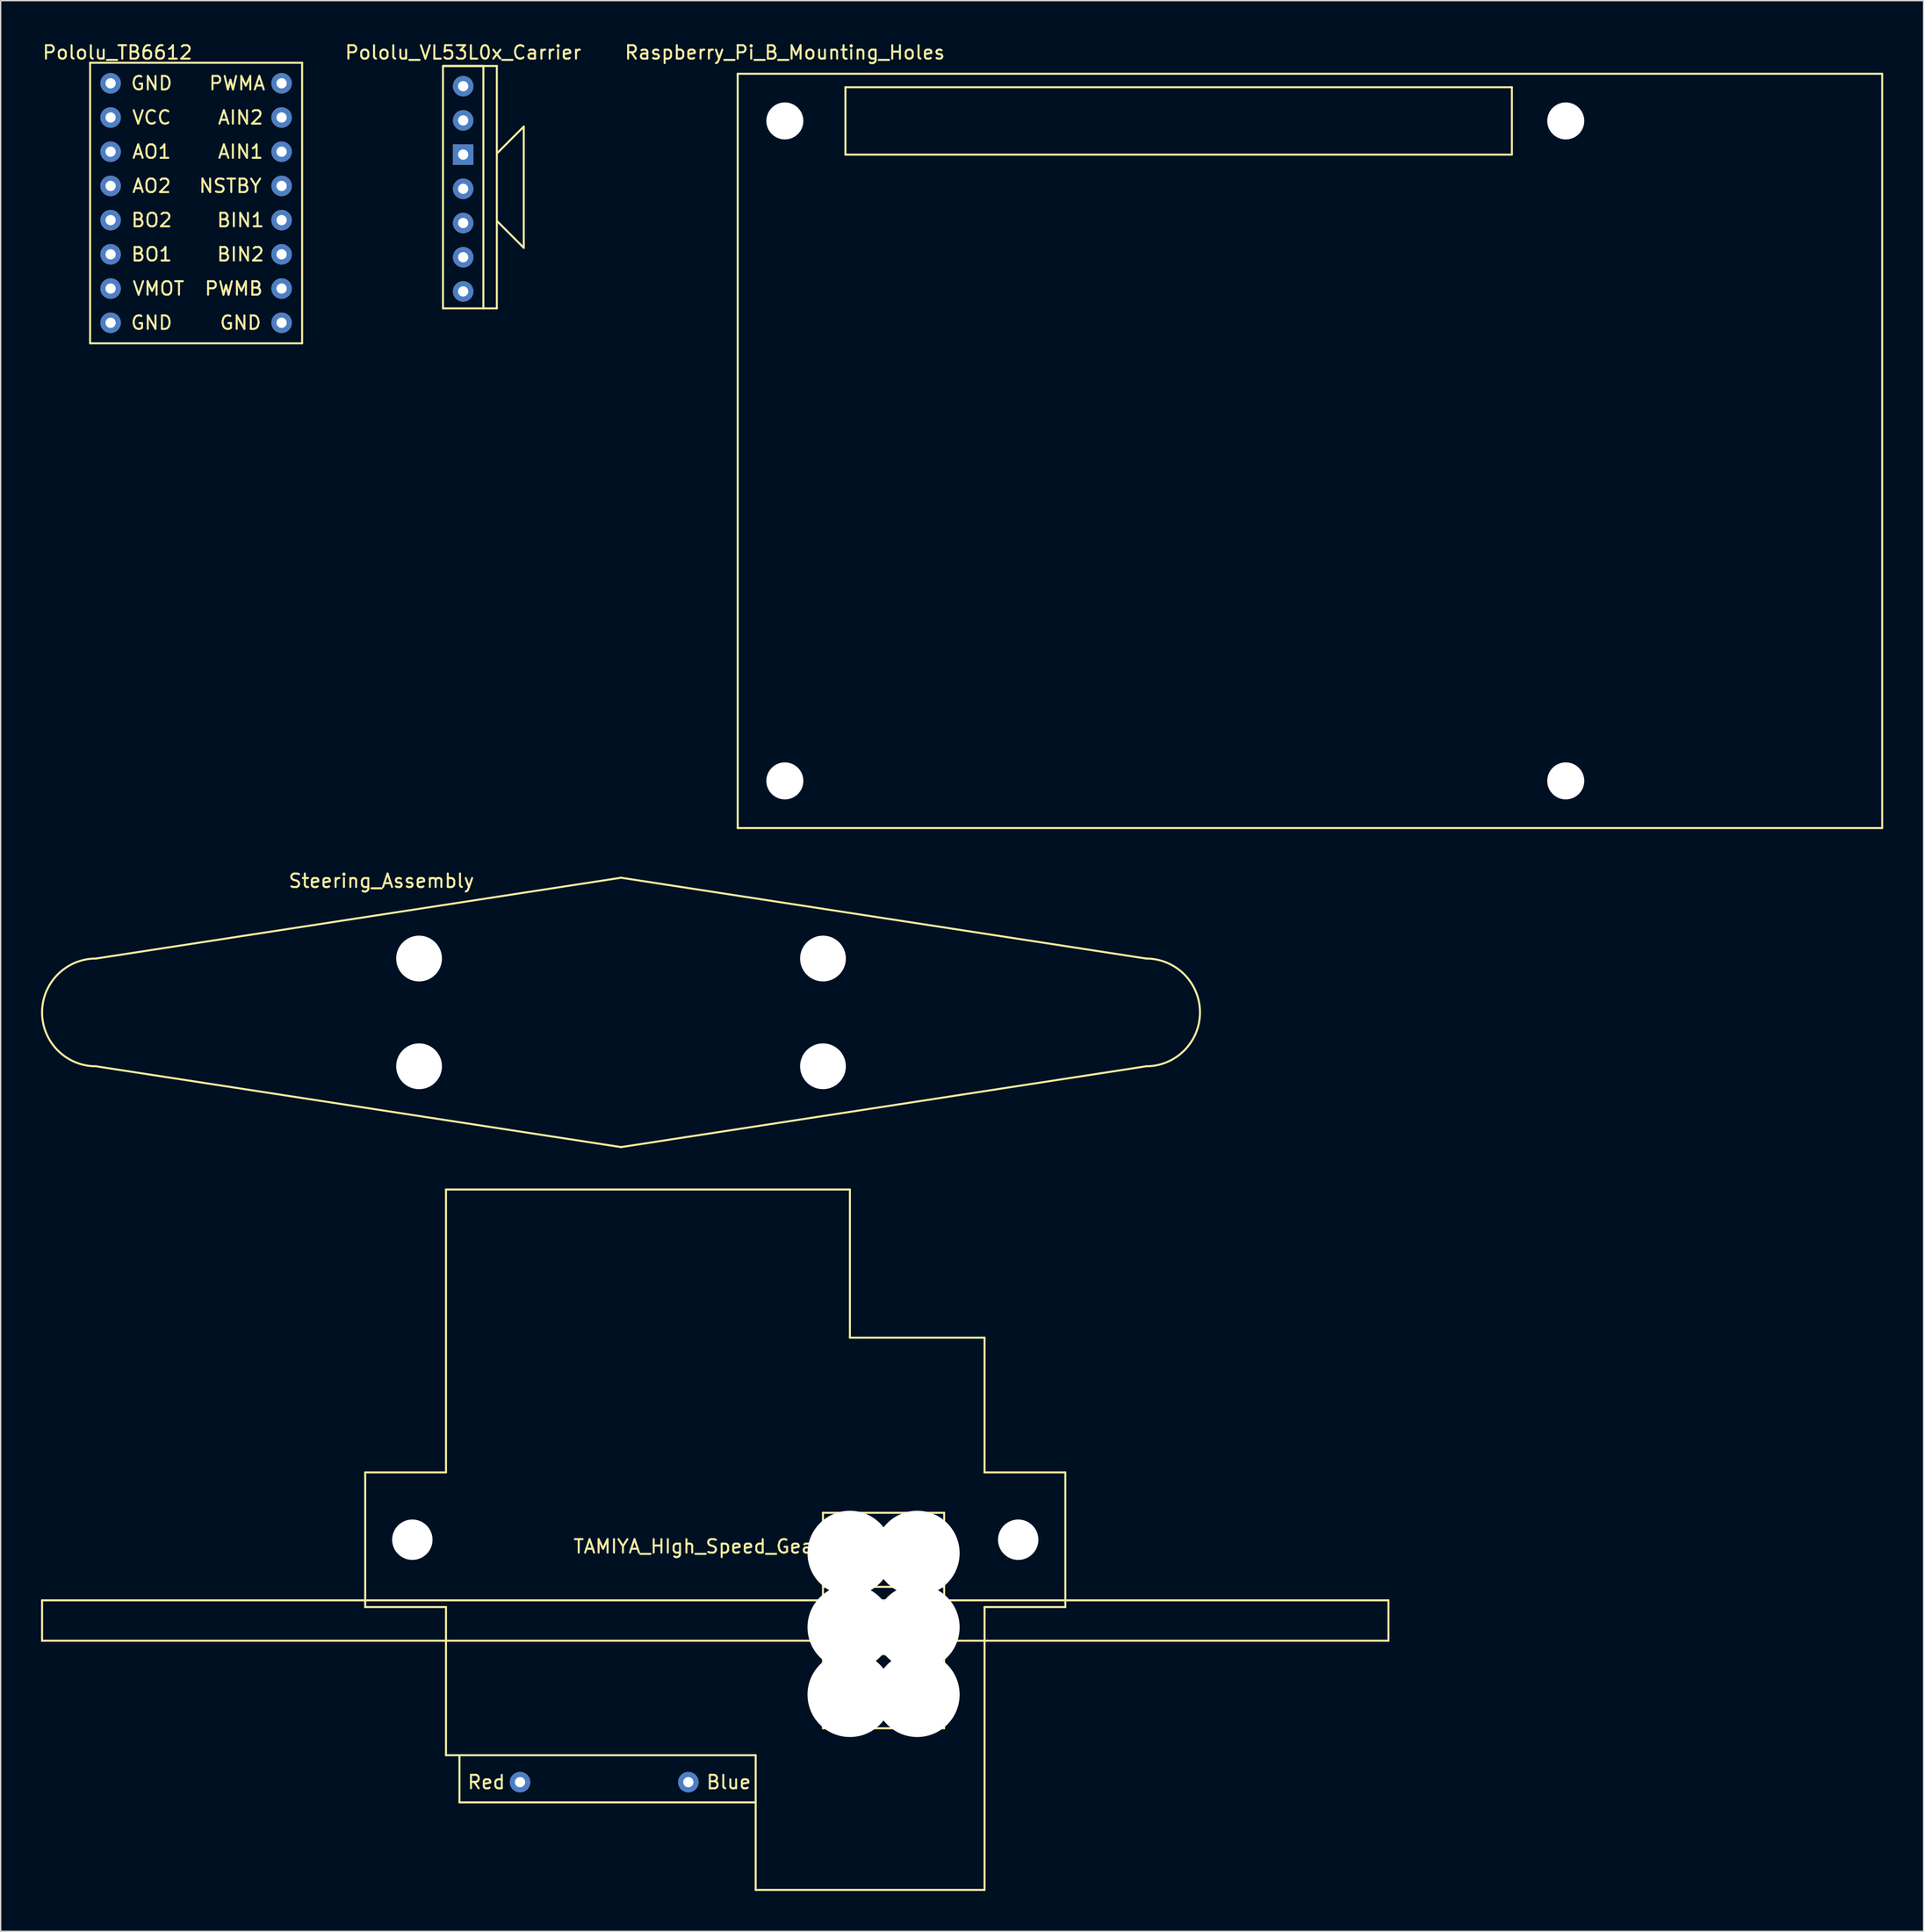
<source format=kicad_pcb>
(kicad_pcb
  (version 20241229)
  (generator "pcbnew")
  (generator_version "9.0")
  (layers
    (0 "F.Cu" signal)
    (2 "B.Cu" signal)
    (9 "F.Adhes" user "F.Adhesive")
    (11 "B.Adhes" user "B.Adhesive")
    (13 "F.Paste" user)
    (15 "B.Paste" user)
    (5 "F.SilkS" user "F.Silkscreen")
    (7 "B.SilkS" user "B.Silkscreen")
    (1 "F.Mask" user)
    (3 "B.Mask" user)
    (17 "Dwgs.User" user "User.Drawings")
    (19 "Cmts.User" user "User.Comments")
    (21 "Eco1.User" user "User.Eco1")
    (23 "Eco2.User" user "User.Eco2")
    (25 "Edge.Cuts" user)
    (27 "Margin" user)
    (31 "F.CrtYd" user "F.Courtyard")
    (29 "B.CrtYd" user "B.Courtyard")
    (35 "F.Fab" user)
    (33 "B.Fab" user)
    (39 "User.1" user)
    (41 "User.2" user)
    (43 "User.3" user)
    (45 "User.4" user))
  (footprint "Raspberry_Pi_B_Mounting_Holes"
    (layer "F.Cu")
    (at 55.243 5.928)
    (property "Reference" "Raspberry_Pi_B_Mounting_Holes" (at 0 -5.08 0) (layer "F.SilkS") (effects (font (size 1 1) (thickness 0.15))))
    (attr through_hole)
    (fp_line (start -3.5 -3.5) (end 81.5 -3.5) (stroke (width 0.15) (type solid)) (layer "F.SilkS"))
    (fp_line (start -3.5 52.5) (end -3.5 -3.5) (stroke (width 0.15) (type solid)) (layer "F.SilkS"))
    (fp_line (start 4.5 -2.5) (end 54 -2.5) (stroke (width 0.15) (type solid)) (layer "F.SilkS"))
    (fp_line (start 4.5 2.5) (end 4.5 -2.5) (stroke (width 0.15) (type solid)) (layer "F.SilkS"))
    (fp_line (start 54 -2.5) (end 54 2.5) (stroke (width 0.15) (type solid)) (layer "F.SilkS"))
    (fp_line (start 54 2.5) (end 4.5 2.5) (stroke (width 0.15) (type solid)) (layer "F.SilkS"))
    (fp_line (start 81.5 -3.5) (end 81.5 52.5) (stroke (width 0.15) (type solid)) (layer "F.SilkS"))
    (fp_line (start 81.5 52.5) (end -3.5 52.5) (stroke (width 0.15) (type solid)) (layer "F.SilkS"))
    (pad "" np_thru_hole circle (at 0 0) (size 2.75 2.75) (drill 2.75) (layers "*.Cu" "*.Mask"))
    (pad "" np_thru_hole circle (at 0 49) (size 2.75 2.75) (drill 2.75) (layers "*.Cu" "*.Mask"))
    (pad "" np_thru_hole circle (at 58 0) (size 2.75 2.75) (drill 2.75) (layers "*.Cu" "*.Mask"))
    (pad "" np_thru_hole circle (at 58 49) (size 2.75 2.75) (drill 2.75) (layers "*.Cu" "*.Mask")))
  (footprint "TAMIYA_HIgh_Speed_Gearbox"
    (layer "F.Cu")
    (at 49.575 117.267)
    (property "Reference" "TAMIYA_HIgh_Speed_Gearbox" (at 0.5 -5.5 0) (layer "F.SilkS") (effects (font (size 1 1) (thickness 0.15))))
    (attr through_hole)
    (fp_line (start -49.5 -1.5) (end -49.5 1.5) (stroke (width 0.15) (type solid)) (layer "F.SilkS"))
    (fp_line (start -49.5 1.5) (end 50.5 1.5) (stroke (width 0.15) (type solid)) (layer "F.SilkS"))
    (fp_line (start -25.5 -11) (end -19.5 -11) (stroke (width 0.15) (type solid)) (layer "F.SilkS"))
    (fp_line (start -25.5 -1) (end -25.5 -11) (stroke (width 0.15) (type solid)) (layer "F.SilkS"))
    (fp_line (start -19.5 -11) (end -19.5 -32) (stroke (width 0.15) (type solid)) (layer "F.SilkS"))
    (fp_line (start -19.5 -1) (end -25.5 -1) (stroke (width 0.15) (type solid)) (layer "F.SilkS"))
    (fp_line (start -19.5 10) (end -19.5 -1) (stroke (width 0.15) (type solid)) (layer "F.SilkS"))
    (fp_line (start -19.5 10) (end 3.5 10) (stroke (width 0.15) (type solid)) (layer "F.SilkS"))
    (fp_line (start -18.5 13.5) (end -18.5 10) (stroke (width 0.15) (type solid)) (layer "F.SilkS"))
    (fp_line (start -18.5 13.5) (end 3.5 13.5) (stroke (width 0.15) (type solid)) (layer "F.SilkS"))
    (fp_line (start 3.5 10) (end 3.5 20) (stroke (width 0.15) (type solid)) (layer "F.SilkS"))
    (fp_line (start 3.5 20) (end 20.5 20) (stroke (width 0.15) (type solid)) (layer "F.SilkS"))
    (fp_line (start 8.5 -8) (end 8.5 8) (stroke (width 0.15) (type solid)) (layer "F.SilkS"))
    (fp_line (start 8.5 8) (end 17.5 8) (stroke (width 0.15) (type solid)) (layer "F.SilkS"))
    (fp_line (start 10.5 -32) (end -19.5 -32) (stroke (width 0.15) (type solid)) (layer "F.SilkS"))
    (fp_line (start 10.5 -21) (end 10.5 -32) (stroke (width 0.15) (type solid)) (layer "F.SilkS"))
    (fp_line (start 17.5 -8) (end 8.5 -8) (stroke (width 0.15) (type solid)) (layer "F.SilkS"))
    (fp_line (start 17.5 -2.5) (end 8.5 -2.5) (stroke (width 0.15) (type solid)) (layer "F.SilkS"))
    (fp_line (start 17.5 2.5) (end 8.5 2.5) (stroke (width 0.15) (type solid)) (layer "F.SilkS"))
    (fp_line (start 17.5 8) (end 17.5 -8) (stroke (width 0.15) (type solid)) (layer "F.SilkS"))
    (fp_line (start 20.5 -21) (end 10.5 -21) (stroke (width 0.15) (type solid)) (layer "F.SilkS"))
    (fp_line (start 20.5 -11) (end 20.5 -21) (stroke (width 0.15) (type solid)) (layer "F.SilkS"))
    (fp_line (start 20.5 -11) (end 26.5 -11) (stroke (width 0.15) (type solid)) (layer "F.SilkS"))
    (fp_line (start 20.5 20) (end 20.5 -1) (stroke (width 0.15) (type solid)) (layer "F.SilkS"))
    (fp_line (start 26.5 -11) (end 26.5 -1) (stroke (width 0.15) (type solid)) (layer "F.SilkS"))
    (fp_line (start 26.5 -1) (end 20.5 -1) (stroke (width 0.15) (type solid)) (layer "F.SilkS"))
    (fp_line (start 50.5 -1.5) (end -49.5 -1.5) (stroke (width 0.15) (type solid)) (layer "F.SilkS"))
    (fp_line (start 50.5 1.5) (end 50.5 -1.5) (stroke (width 0.15) (type solid)) (layer "F.SilkS"))
    (fp_text user "Red" (at -16.5 12 0) (layer "F.SilkS") (effects (font (size 1 1) (thickness 0.15))))
    (fp_text user "Blue" (at 1.5 12 0) (layer "F.SilkS") (effects (font (size 1 1) (thickness 0.15))))
    (pad "" np_thru_hole circle (at -22 -6) (size 3 3) (drill 3) (layers "*.Cu" "*.Mask"))
    (pad "" np_thru_hole circle (at 10.5 -5) (size 6.3 6.3) (drill 6.3) (layers "*.Cu" "*.Mask"))
    (pad "" np_thru_hole circle (at 10.5 0.5) (size 6.3 6.3) (drill 6.3) (layers "*.Cu" "*.Mask"))
    (pad "" np_thru_hole circle (at 10.5 5.5) (size 6.3 6.3) (drill 6.3) (layers "*.Cu" "*.Mask"))
    (pad "" np_thru_hole circle (at 15.5 -5) (size 6.3 6.3) (drill 6.3) (layers "*.Cu" "*.Mask"))
    (pad "" np_thru_hole circle (at 15.5 0.5) (size 6.3 6.3) (drill 6.3) (layers "*.Cu" "*.Mask"))
    (pad "" np_thru_hole circle (at 15.5 5.5) (size 6.3 6.3) (drill 6.3) (layers "*.Cu" "*.Mask"))
    (pad "" np_thru_hole circle (at 23 -6) (size 3 3) (drill 3) (layers "*.Cu" "*.Mask"))
    (pad "1" thru_hole circle (at -1.5 12) (size 1.524 1.524) (drill 0.762) (layers "*.Cu" "*.Mask"))
    (pad "2" thru_hole circle (at -14 12) (size 1.524 1.524) (drill 0.762) (layers "*.Cu" "*.Mask")))
  (footprint "Steering_Assembly"
    (layer "F.Cu")
    (at 28.075 68.117)
    (property "Reference" "Steering_Assembly" (at -2.794 -5.766 0) (layer "F.SilkS") (effects (font (size 1 1) (thickness 0.15))))
    (attr through_hole)
    (fp_line (start -24 0) (end 15 -6) (stroke (width 0.15) (type solid)) (layer "F.SilkS"))
    (fp_line (start -24 8) (end 15 14) (stroke (width 0.15) (type solid)) (layer "F.SilkS"))
    (fp_line (start 15 14) (end 54 8) (stroke (width 0.15) (type solid)) (layer "F.SilkS"))
    (fp_line (start 54 0) (end 15 -6) (stroke (width 0.15) (type solid)) (layer "F.SilkS"))
    (fp_arc (start -24 8) (mid -28 4) (end -24 0) (stroke (width 0.15) (type solid)) (layer "F.SilkS"))
    (fp_arc (start 54 0) (mid 58 4) (end 54 8) (stroke (width 0.15) (type solid)) (layer "F.SilkS"))
    (fp_line (start 13 4) (end 17 4) (stroke (width 0.15) (type solid)) (layer "Margin"))
    (fp_line (start 15 -6) (end 15 14) (stroke (width 0.15) (type solid)) (layer "Margin"))
    (pad "" np_thru_hole circle (at 0 0) (size 3.4 3.4) (drill 3.4) (layers "*.Cu" "*.Mask"))
    (pad "" np_thru_hole circle (at 0 8) (size 3.4 3.4) (drill 3.4) (layers "*.Cu" "*.Mask"))
    (pad "" np_thru_hole circle (at 30 0) (size 3.4 3.4) (drill 3.4) (layers "*.Cu" "*.Mask"))
    (pad "" np_thru_hole circle (at 30 8) (size 3.4 3.4) (drill 3.4) (layers "*.Cu" "*.Mask")))
  (footprint "Pololu_TB6612"
    (layer "F.Cu")
    (at 5.165 3.134)
    (property "Reference" "Pololu_TB6612" (at 0.508 -2.286 0) (layer "F.SilkS") (effects (font (size 1 1) (thickness 0.15))))
    (attr through_hole)
    (fp_line (start -1.524 -1.524) (end 14.224 -1.524) (stroke (width 0.15) (type solid)) (layer "F.SilkS"))
    (fp_line (start -1.524 19.304) (end -1.524 -1.524) (stroke (width 0.15) (type solid)) (layer "F.SilkS"))
    (fp_line (start 14.224 -1.524) (end 14.224 19.304) (stroke (width 0.15) (type solid)) (layer "F.SilkS"))
    (fp_line (start 14.224 19.304) (end -1.524 19.304) (stroke (width 0.15) (type solid)) (layer "F.SilkS"))
    (fp_text user "PWMB" (at 9.144 15.24 0) (layer "F.SilkS") (effects (font (size 1 1) (thickness 0.15))))
    (fp_text user "AO2" (at 3.048 7.62 0) (layer "F.SilkS") (effects (font (size 1 1) (thickness 0.15))))
    (fp_text user "VMOT" (at 3.556 15.24 0) (layer "F.SilkS") (effects (font (size 1 1) (thickness 0.15))))
    (fp_text user "BO1" (at 3.048 12.7 0) (layer "F.SilkS") (effects (font (size 1 1) (thickness 0.15))))
    (fp_text user "AIN1" (at 9.652 5.08 0) (layer "F.SilkS") (effects (font (size 1 1) (thickness 0.15))))
    (fp_text user "AO1" (at 3.048 5.08 0) (layer "F.SilkS") (effects (font (size 1 1) (thickness 0.15))))
    (fp_text user "BO2" (at 3.048 10.16 0) (layer "F.SilkS") (effects (font (size 1 1) (thickness 0.15))))
    (fp_text user "VCC" (at 3.048 2.54 0) (layer "F.SilkS") (effects (font (size 1 1) (thickness 0.15))))
    (fp_text user "GND" (at 3.048 17.78 0) (layer "F.SilkS") (effects (font (size 1 1) (thickness 0.15))))
    (fp_text user "BIN1" (at 9.652 10.16 0) (layer "F.SilkS") (effects (font (size 1 1) (thickness 0.15))))
    (fp_text user "PWMA" (at 9.398 0 0) (layer "F.SilkS") (effects (font (size 1 1) (thickness 0.15))))
    (fp_text user "BIN2" (at 9.652 12.7 0) (layer "F.SilkS") (effects (font (size 1 1) (thickness 0.15))))
    (fp_text user "NSTBY" (at 8.89 7.62 0) (layer "F.SilkS") (effects (font (size 1 1) (thickness 0.15))))
    (fp_text user "GND" (at 9.652 17.78 0) (layer "F.SilkS") (effects (font (size 1 1) (thickness 0.15))))
    (fp_text user "GND" (at 3.048 0 0) (layer "F.SilkS") (effects (font (size 1 1) (thickness 0.15))))
    (fp_text user "AIN2" (at 9.652 2.54 0) (layer "F.SilkS") (effects (font (size 1 1) (thickness 0.15))))
    (pad "1" thru_hole circle (at 0 0) (size 1.524 1.524) (drill 0.762) (layers "*.Cu" "*.Mask"))
    (pad "2" thru_hole circle (at 0 2.54) (size 1.524 1.524) (drill 0.762) (layers "*.Cu" "*.Mask"))
    (pad "3" thru_hole circle (at 0 5.08) (size 1.524 1.524) (drill 0.762) (layers "*.Cu" "*.Mask"))
    (pad "4" thru_hole circle (at 0 7.62) (size 1.524 1.524) (drill 0.762) (layers "*.Cu" "*.Mask"))
    (pad "5" thru_hole circle (at 0 10.16) (size 1.524 1.524) (drill 0.762) (layers "*.Cu" "*.Mask"))
    (pad "6" thru_hole circle (at 0 12.7) (size 1.524 1.524) (drill 0.762) (layers "*.Cu" "*.Mask"))
    (pad "7" thru_hole circle (at 0 15.24) (size 1.524 1.524) (drill 0.762) (layers "*.Cu" "*.Mask"))
    (pad "8" thru_hole circle (at 0 17.78) (size 1.524 1.524) (drill 0.762) (layers "*.Cu" "*.Mask"))
    (pad "9" thru_hole circle (at 12.7 0) (size 1.524 1.524) (drill 0.762) (layers "*.Cu" "*.Mask"))
    (pad "10" thru_hole circle (at 12.7 2.54) (size 1.524 1.524) (drill 0.762) (layers "*.Cu" "*.Mask"))
    (pad "11" thru_hole circle (at 12.7 5.08) (size 1.524 1.524) (drill 0.762) (layers "*.Cu" "*.Mask"))
    (pad "12" thru_hole circle (at 12.7 7.62) (size 1.524 1.524) (drill 0.762) (layers "*.Cu" "*.Mask"))
    (pad "13" thru_hole circle (at 12.7 10.16) (size 1.524 1.524) (drill 0.762) (layers "*.Cu" "*.Mask"))
    (pad "14" thru_hole circle (at 12.7 12.7) (size 1.524 1.524) (drill 0.762) (layers "*.Cu" "*.Mask"))
    (pad "15" thru_hole circle (at 12.7 15.24) (size 1.524 1.524) (drill 0.762) (layers "*.Cu" "*.Mask"))
    (pad "16" thru_hole circle (at 12.7 17.78) (size 1.524 1.524) (drill 0.762) (layers "*.Cu" "*.Mask")))
  (footprint "Pololu_VL53L0x_Carrier"
    (layer "F.Cu")
    (at 31.351 3.348)
    (property "Reference" "Pololu_VL53L0x_Carrier" (at 0 -2.5 0) (layer "F.SilkS") (effects (font (size 1 1) (thickness 0.15))))
    (attr through_hole)
    (fp_line (start -1.5 -1.5) (end -1.5 16.5) (stroke (width 0.15) (type solid)) (layer "F.SilkS"))
    (fp_line (start -1.5 -1.5) (end 1.5 -1.5) (stroke (width 0.15) (type solid)) (layer "F.SilkS"))
    (fp_line (start -1.5 16.5) (end 2.5 16.5) (stroke (width 0.15) (type solid)) (layer "F.SilkS"))
    (fp_line (start 1.5 -1.5) (end 1.5 16.5) (stroke (width 0.15) (type solid)) (layer "F.SilkS"))
    (fp_line (start 2.5 -1.5) (end -1.5 -1.5) (stroke (width 0.15) (type solid)) (layer "F.SilkS"))
    (fp_line (start 2.5 5) (end 4.5 3) (stroke (width 0.15) (type solid)) (layer "F.SilkS"))
    (fp_line (start 2.5 16.5) (end 2.5 -1.5) (stroke (width 0.15) (type solid)) (layer "F.SilkS"))
    (fp_line (start 4.5 3) (end 4.5 12) (stroke (width 0.15) (type solid)) (layer "F.SilkS"))
    (fp_line (start 4.5 12) (end 2.5 10) (stroke (width 0.15) (type solid)) (layer "F.SilkS"))
    (pad "1" thru_hole circle (at 0 0) (size 1.524 1.524) (drill 0.762) (layers "*.Cu" "*.Mask"))
    (pad "2" thru_hole circle (at 0 2.54) (size 1.524 1.524) (drill 0.762) (layers "*.Cu" "*.Mask"))
    (pad "3" thru_hole rect (at 0 5.08) (size 1.524 1.524) (drill 0.762) (layers "*.Cu" "*.Mask"))
    (pad "4" thru_hole circle (at 0 7.62) (size 1.524 1.524) (drill 0.762) (layers "*.Cu" "*.Mask"))
    (pad "5" thru_hole circle (at 0 10.16) (size 1.524 1.524) (drill 0.762) (layers "*.Cu" "*.Mask"))
    (pad "6" thru_hole circle (at 0 12.7) (size 1.524 1.524) (drill 0.762) (layers "*.Cu" "*.Mask"))
    (pad "7" thru_hole circle (at 0 15.24) (size 1.524 1.524) (drill 0.762) (layers "*.Cu" "*.Mask")))
  (gr_rect
    (start -3 -3)
    (end 139.818 140.342)
    (stroke (width 0.1) (type default))
    (fill no)
    (layer "Edge.Cuts")))
</source>
